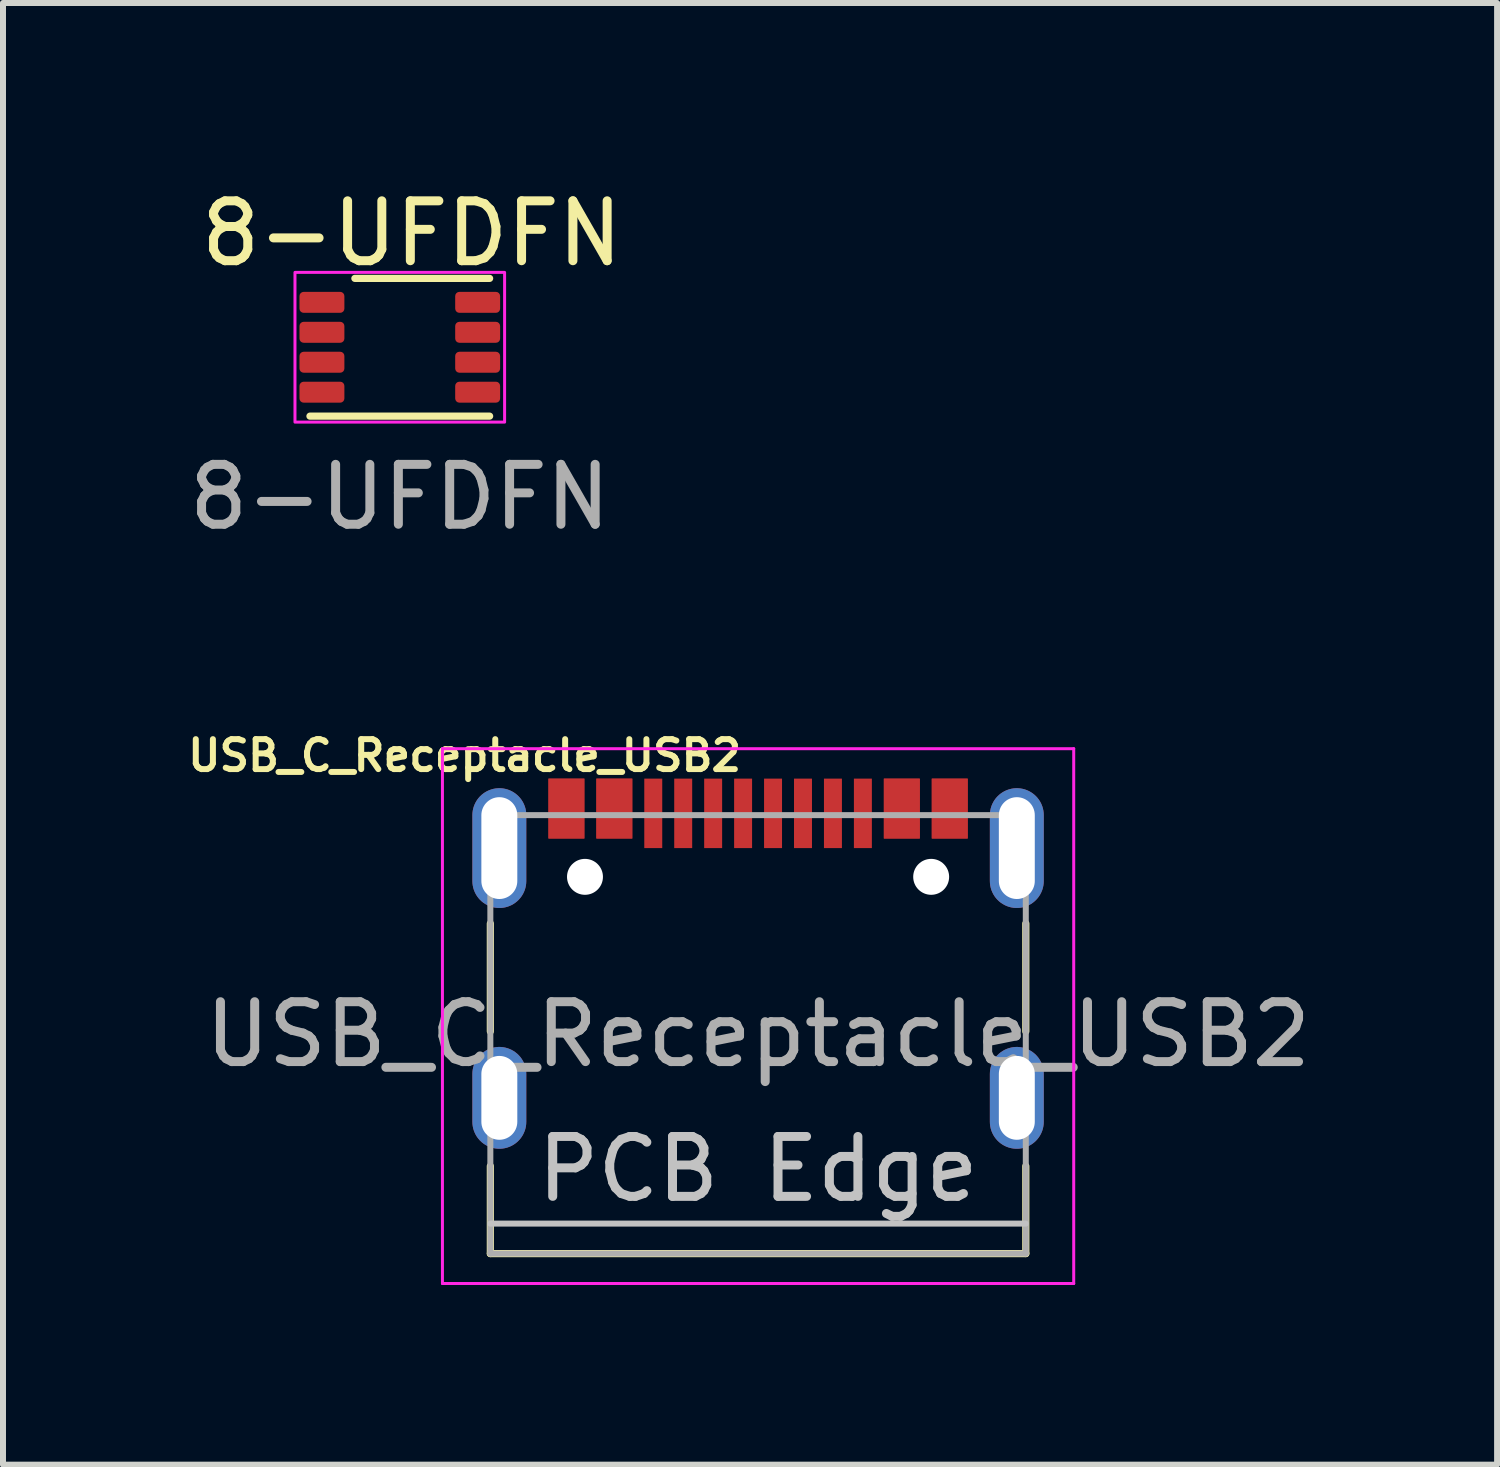
<source format=kicad_pcb>
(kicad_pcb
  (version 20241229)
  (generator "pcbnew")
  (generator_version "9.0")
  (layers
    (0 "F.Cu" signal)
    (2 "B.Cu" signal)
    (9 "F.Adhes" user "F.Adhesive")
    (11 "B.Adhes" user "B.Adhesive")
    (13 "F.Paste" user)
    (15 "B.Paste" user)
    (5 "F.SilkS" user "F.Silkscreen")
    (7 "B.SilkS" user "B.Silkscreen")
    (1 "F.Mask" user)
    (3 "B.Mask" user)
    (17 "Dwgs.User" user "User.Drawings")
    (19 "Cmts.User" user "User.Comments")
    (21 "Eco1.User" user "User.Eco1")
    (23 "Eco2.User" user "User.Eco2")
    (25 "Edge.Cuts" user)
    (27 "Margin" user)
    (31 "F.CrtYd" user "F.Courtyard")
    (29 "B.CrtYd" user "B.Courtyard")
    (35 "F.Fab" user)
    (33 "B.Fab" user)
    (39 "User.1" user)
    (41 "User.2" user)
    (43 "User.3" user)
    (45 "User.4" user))
  (footprint "8-UFDFN"
    (layer "F.Cu")
    (at 3.625 2.748)
    (property "Reference" "8-UFDFN" (at 0.2 -1.9 0) (unlocked yes) (layer "F.SilkS") (effects (font (size 1 1) (thickness 0.15))))
    (attr smd)
    (fp_line (start -0.75 -1.15) (end 1.5 -1.15) (stroke (width 0.12) (type default)) (layer "F.SilkS"))
    (fp_line (start 1.5 1.15) (end -1.5 1.15) (stroke (width 0.12) (type default)) (layer "F.SilkS"))
    (fp_rect (start -1.75 -1.25) (end 1.75 1.25) (stroke (width 0.05) (type default)) (fill no) (layer "F.CrtYd"))
    (fp_text user "${REFERENCE}" (at 0 2.5 0) (unlocked yes) (layer "F.Fab") (effects (font (size 1 1) (thickness 0.15))))
    (pad "1" smd roundrect (at -1.3 -0.75) (size 0.75 0.35) (layers "F.Cu" "F.Mask" "F.Paste") (roundrect_rratio 0.2))
    (pad "2" smd roundrect (at -1.3 -0.25) (size 0.75 0.35) (layers "F.Cu" "F.Mask" "F.Paste") (roundrect_rratio 0.2))
    (pad "3" smd roundrect (at -1.3 0.25) (size 0.75 0.35) (layers "F.Cu" "F.Mask" "F.Paste") (roundrect_rratio 0.2))
    (pad "4" smd roundrect (at -1.3 0.75) (size 0.75 0.35) (layers "F.Cu" "F.Mask" "F.Paste") (roundrect_rratio 0.2))
    (pad "5" smd roundrect (at 1.3 0.75) (size 0.75 0.35) (layers "F.Cu" "F.Mask" "F.Paste") (roundrect_rratio 0.2))
    (pad "6" smd roundrect (at 1.3 0.25) (size 0.75 0.35) (layers "F.Cu" "F.Mask" "F.Paste") (roundrect_rratio 0.2))
    (pad "7" smd roundrect (at 1.3 -0.25) (size 0.75 0.35) (layers "F.Cu" "F.Mask" "F.Paste") (roundrect_rratio 0.2))
    (pad "8" smd roundrect (at 1.3 -0.75) (size 0.75 0.35) (layers "F.Cu" "F.Mask" "F.Paste") (roundrect_rratio 0.2)))
  (footprint "USB_C_Receptacle_USB2"
    (layer "F.Cu")
    (at 9.607 13.04)
    (property "Reference" "USB_C_Receptacle_USB2" (at -4.9 -3.475 0) (layer "F.SilkS") (effects (font (size 0.5 0.5) (thickness 0.1))))
    (attr smd)
    (fp_line (start -4.47 -0.67) (end -4.47 1.13) (stroke (width 0.12) (type solid)) (layer "F.SilkS"))
    (fp_line (start -4.47 4.84) (end -4.47 3.38) (stroke (width 0.12) (type solid)) (layer "F.SilkS"))
    (fp_line (start 4.47 -0.67) (end 4.47 1.13) (stroke (width 0.12) (type solid)) (layer "F.SilkS"))
    (fp_line (start 4.47 4.84) (end -4.47 4.84) (stroke (width 0.12) (type solid)) (layer "F.SilkS"))
    (fp_line (start 4.47 4.84) (end 4.47 3.38) (stroke (width 0.12) (type solid)) (layer "F.SilkS"))
    (fp_line (start -4.47 4.34) (end 4.47 4.34) (stroke (width 0.1) (type solid)) (layer "Dwgs.User"))
    (fp_line (start -5.27 -3.59) (end -5.27 5.34) (stroke (width 0.05) (type solid)) (layer "F.CrtYd"))
    (fp_line (start -5.27 5.34) (end 5.27 5.34) (stroke (width 0.05) (type solid)) (layer "F.CrtYd"))
    (fp_line (start 5.27 -3.59) (end -5.27 -3.59) (stroke (width 0.05) (type solid)) (layer "F.CrtYd"))
    (fp_line (start 5.27 5.34) (end 5.27 -3.59) (stroke (width 0.05) (type solid)) (layer "F.CrtYd"))
    (fp_line (start -4.47 -2.48) (end -4.47 4.84) (stroke (width 0.1) (type solid)) (layer "F.Fab"))
    (fp_line (start -4.47 -2.48) (end 4.47 -2.48) (stroke (width 0.1) (type solid)) (layer "F.Fab"))
    (fp_line (start 4.47 -2.48) (end 4.47 4.84) (stroke (width 0.1) (type solid)) (layer "F.Fab"))
    (fp_line (start 4.47 4.84) (end -4.47 4.84) (stroke (width 0.1) (type solid)) (layer "F.Fab"))
    (fp_text user "PCB Edge" (at 0 3.43 0) (layer "Dwgs.User") (effects (font (size 1 1) (thickness 0.15))))
    (fp_text user "${REFERENCE}" (at 0 1.18 0) (layer "F.Fab") (effects (font (size 1 1) (thickness 0.15))))
    (pad "" np_thru_hole circle (at -2.89 -1.45 180) (size 0.6 0.6) (drill 0.6) (layers "*.Cu" "*.Mask"))
    (pad "" np_thru_hole circle (at 2.89 -1.45 180) (size 0.6 0.6) (drill 0.6) (layers "*.Cu" "*.Mask"))
    (pad "A1" smd rect (at -3.2 -2.59) (size 0.6 1) (layers "F.Cu" "F.Mask" "F.Paste"))
    (pad "A4" smd rect (at -2.4 -2.59) (size 0.6 1) (layers "F.Cu" "F.Mask" "F.Paste"))
    (pad "A5" smd rect (at -1.25 -2.51 180) (size 0.3 1.16) (layers "F.Cu" "F.Mask" "F.Paste"))
    (pad "A6" smd rect (at -0.25 -2.51 180) (size 0.3 1.16) (layers "F.Cu" "F.Mask" "F.Paste"))
    (pad "A7" smd rect (at 0.25 -2.51 180) (size 0.3 1.16) (layers "F.Cu" "F.Mask" "F.Paste"))
    (pad "A8" smd rect (at 1.25 -2.51 180) (size 0.3 1.16) (layers "F.Cu" "F.Mask" "F.Paste"))
    (pad "A9" smd rect (at 2.4 -2.59) (size 0.6 1) (layers "F.Cu" "F.Mask" "F.Paste"))
    (pad "A12" smd rect (at 3.2 -2.59) (size 0.6 1) (layers "F.Cu" "F.Mask" "F.Paste"))
    (pad "B1" smd rect (at 3.2 -2.59) (size 0.6 1) (layers "F.Cu" "F.Mask" "F.Paste"))
    (pad "B4" smd rect (at 2.4 -2.59) (size 0.6 1) (layers "F.Cu" "F.Mask" "F.Paste"))
    (pad "B5" smd rect (at 1.75 -2.51 180) (size 0.3 1.16) (layers "F.Cu" "F.Mask" "F.Paste"))
    (pad "B6" smd rect (at 0.75 -2.51 180) (size 0.3 1.16) (layers "F.Cu" "F.Mask" "F.Paste"))
    (pad "B7" smd rect (at -0.75 -2.51 180) (size 0.3 1.16) (layers "F.Cu" "F.Mask" "F.Paste"))
    (pad "B8" smd rect (at -1.75 -2.51 180) (size 0.3 1.16) (layers "F.Cu" "F.Mask" "F.Paste"))
    (pad "B9" smd rect (at -2.4 -2.59) (size 0.6 1) (layers "F.Cu" "F.Mask" "F.Paste"))
    (pad "B12" smd rect (at -3.2 -2.59) (size 0.6 1) (layers "F.Cu" "F.Mask" "F.Paste"))
    (pad "S1" thru_hole oval (at -4.32 -1.93 90) (size 2 0.9) (drill oval 1.7 0.6) (layers "*.Cu" "*.Mask"))
    (pad "S1" thru_hole oval (at -4.32 2.24 90) (size 1.7 0.9) (drill oval 1.4 0.6) (layers "*.Cu" "*.Mask"))
    (pad "S1" thru_hole oval (at 4.32 -1.93 90) (size 2 0.9) (drill oval 1.7 0.6) (layers "*.Cu" "*.Mask"))
    (pad "S1" thru_hole oval (at 4.32 2.24 90) (size 1.7 0.9) (drill oval 1.4 0.6) (layers "*.Cu" "*.Mask")))
  (gr_rect
    (start -3 -3)
    (end 21.946 21.404)
    (stroke (width 0.1) (type default))
    (fill no)
    (layer "Edge.Cuts")))
</source>
